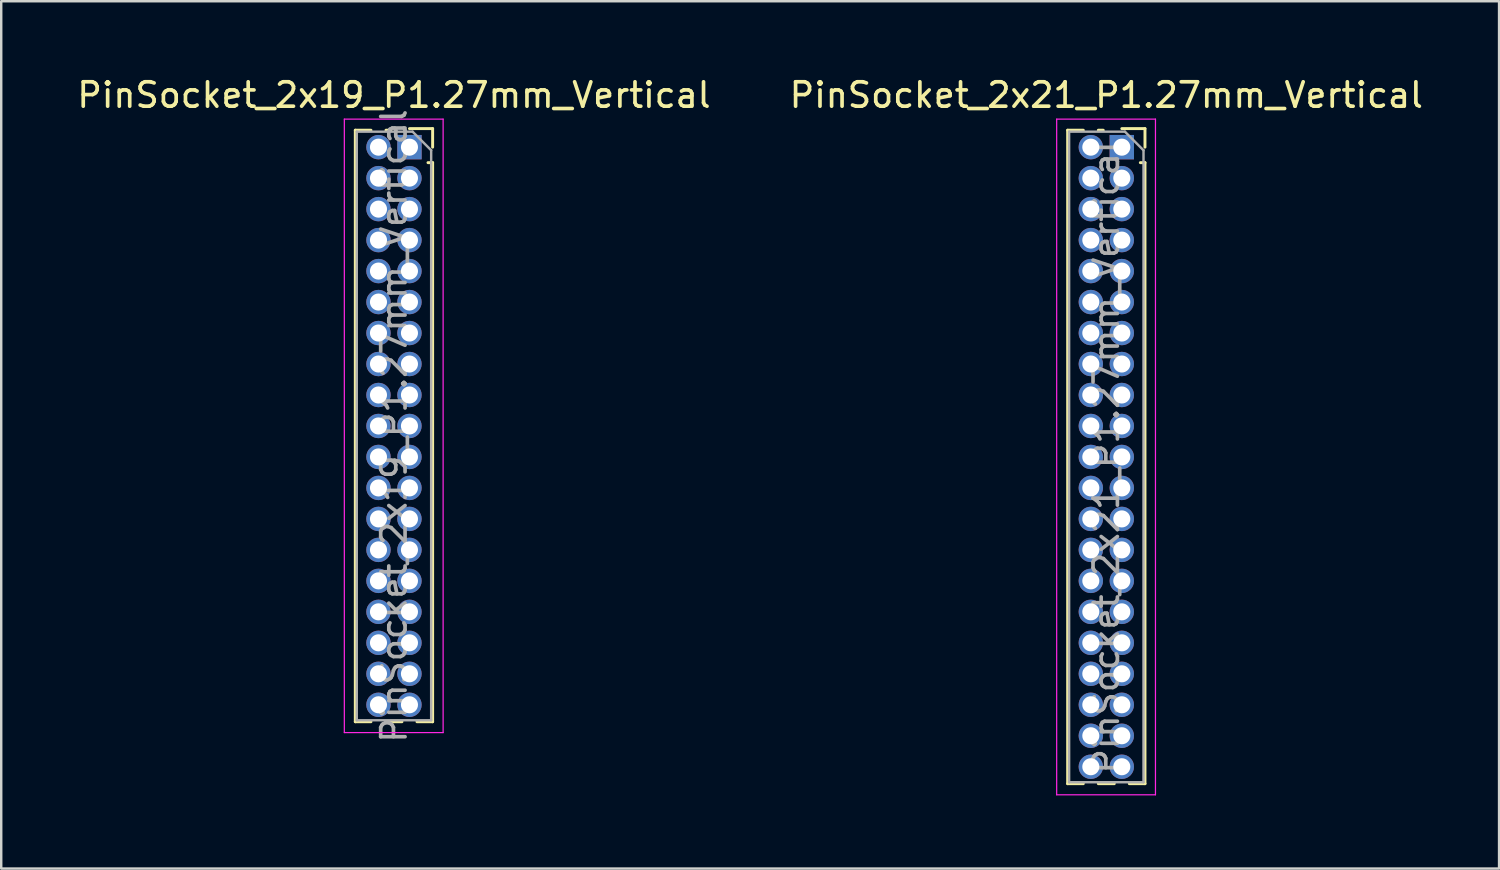
<source format=kicad_pcb>
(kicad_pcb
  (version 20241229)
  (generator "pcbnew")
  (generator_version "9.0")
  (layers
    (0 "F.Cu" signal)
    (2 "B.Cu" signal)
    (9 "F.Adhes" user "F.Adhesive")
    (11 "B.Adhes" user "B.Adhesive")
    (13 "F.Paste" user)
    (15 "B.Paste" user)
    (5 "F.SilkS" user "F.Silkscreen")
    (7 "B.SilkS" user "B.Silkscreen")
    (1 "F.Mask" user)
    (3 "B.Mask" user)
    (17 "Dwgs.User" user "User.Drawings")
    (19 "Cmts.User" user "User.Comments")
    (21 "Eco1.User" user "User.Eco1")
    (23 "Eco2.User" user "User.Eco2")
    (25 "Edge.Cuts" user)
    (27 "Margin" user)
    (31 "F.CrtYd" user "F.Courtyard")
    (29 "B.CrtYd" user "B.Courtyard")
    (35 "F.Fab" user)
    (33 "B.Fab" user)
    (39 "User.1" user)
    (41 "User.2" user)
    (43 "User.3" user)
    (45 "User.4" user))
  (footprint "PinSocket_2x19_P1.27mm_Vertical"
    (layer "F.Cu")
    (at 13.736 2.983)
    (property "Reference" "PinSocket_2x19_P1.27mm_Vertical" (at -0.635 -2.135 0) (layer "F.SilkS") (effects (font (size 1 1) (thickness 0.15))))
    (attr through_hole)
    (fp_line (start -2.22 -0.695) (end -2.22 23.555) (stroke (width 0.12) (type solid)) (layer "F.SilkS"))
    (fp_line (start -2.22 -0.695) (end -1.578 -0.695) (stroke (width 0.12) (type solid)) (layer "F.SilkS"))
    (fp_line (start -2.22 23.555) (end -1.578 23.555) (stroke (width 0.12) (type solid)) (layer "F.SilkS"))
    (fp_line (start -0.962 -0.695) (end -0.76 -0.695) (stroke (width 0.12) (type solid)) (layer "F.SilkS"))
    (fp_line (start -0.962 23.555) (end -0.308 23.555) (stroke (width 0.12) (type solid)) (layer "F.SilkS"))
    (fp_line (start 0 -0.76) (end 0.95 -0.76) (stroke (width 0.12) (type solid)) (layer "F.SilkS"))
    (fp_line (start 0.308 23.555) (end 0.95 23.555) (stroke (width 0.12) (type solid)) (layer "F.SilkS"))
    (fp_line (start 0.76 0.635) (end 0.95 0.635) (stroke (width 0.12) (type solid)) (layer "F.SilkS"))
    (fp_line (start 0.95 -0.76) (end 0.95 0) (stroke (width 0.12) (type solid)) (layer "F.SilkS"))
    (fp_line (start 0.95 0.635) (end 0.95 23.555) (stroke (width 0.12) (type solid)) (layer "F.SilkS"))
    (fp_line (start -2.67 -1.15) (end 1.38 -1.15) (stroke (width 0.05) (type solid)) (layer "F.CrtYd"))
    (fp_line (start -2.67 24) (end -2.67 -1.15) (stroke (width 0.05) (type solid)) (layer "F.CrtYd"))
    (fp_line (start 1.38 -1.15) (end 1.38 24) (stroke (width 0.05) (type solid)) (layer "F.CrtYd"))
    (fp_line (start 1.38 24) (end -2.67 24) (stroke (width 0.05) (type solid)) (layer "F.CrtYd"))
    (fp_line (start -2.16 -0.635) (end 0.128 -0.635) (stroke (width 0.1) (type solid)) (layer "F.Fab"))
    (fp_line (start -2.16 23.495) (end -2.16 -0.635) (stroke (width 0.1) (type solid)) (layer "F.Fab"))
    (fp_line (start 0.128 -0.635) (end 0.89 0.128) (stroke (width 0.1) (type solid)) (layer "F.Fab"))
    (fp_line (start 0.89 0.128) (end 0.89 23.495) (stroke (width 0.1) (type solid)) (layer "F.Fab"))
    (fp_line (start 0.89 23.495) (end -2.16 23.495) (stroke (width 0.1) (type solid)) (layer "F.Fab"))
    (fp_text user "${REFERENCE}" (at -0.635 11.43 90) (layer "F.Fab") (effects (font (size 1 1) (thickness 0.15))))
    (pad "1" thru_hole rect (at 0 0) (size 1 1) (drill 0.7) (layers "*.Cu" "*.Mask"))
    (pad "2" thru_hole oval (at -1.27 0) (size 1 1) (drill 0.7) (layers "*.Cu" "*.Mask"))
    (pad "3" thru_hole oval (at 0 1.27) (size 1 1) (drill 0.7) (layers "*.Cu" "*.Mask"))
    (pad "4" thru_hole oval (at -1.27 1.27) (size 1 1) (drill 0.7) (layers "*.Cu" "*.Mask"))
    (pad "5" thru_hole oval (at 0 2.54) (size 1 1) (drill 0.7) (layers "*.Cu" "*.Mask"))
    (pad "6" thru_hole oval (at -1.27 2.54) (size 1 1) (drill 0.7) (layers "*.Cu" "*.Mask"))
    (pad "7" thru_hole oval (at 0 3.81) (size 1 1) (drill 0.7) (layers "*.Cu" "*.Mask"))
    (pad "8" thru_hole oval (at -1.27 3.81) (size 1 1) (drill 0.7) (layers "*.Cu" "*.Mask"))
    (pad "9" thru_hole oval (at 0 5.08) (size 1 1) (drill 0.7) (layers "*.Cu" "*.Mask"))
    (pad "10" thru_hole oval (at -1.27 5.08) (size 1 1) (drill 0.7) (layers "*.Cu" "*.Mask"))
    (pad "11" thru_hole oval (at 0 6.35) (size 1 1) (drill 0.7) (layers "*.Cu" "*.Mask"))
    (pad "12" thru_hole oval (at -1.27 6.35) (size 1 1) (drill 0.7) (layers "*.Cu" "*.Mask"))
    (pad "13" thru_hole oval (at 0 7.62) (size 1 1) (drill 0.7) (layers "*.Cu" "*.Mask"))
    (pad "14" thru_hole oval (at -1.27 7.62) (size 1 1) (drill 0.7) (layers "*.Cu" "*.Mask"))
    (pad "15" thru_hole oval (at 0 8.89) (size 1 1) (drill 0.7) (layers "*.Cu" "*.Mask"))
    (pad "16" thru_hole oval (at -1.27 8.89) (size 1 1) (drill 0.7) (layers "*.Cu" "*.Mask"))
    (pad "17" thru_hole oval (at 0 10.16) (size 1 1) (drill 0.7) (layers "*.Cu" "*.Mask"))
    (pad "18" thru_hole oval (at -1.27 10.16) (size 1 1) (drill 0.7) (layers "*.Cu" "*.Mask"))
    (pad "19" thru_hole oval (at 0 11.43) (size 1 1) (drill 0.7) (layers "*.Cu" "*.Mask"))
    (pad "20" thru_hole oval (at -1.27 11.43) (size 1 1) (drill 0.7) (layers "*.Cu" "*.Mask"))
    (pad "21" thru_hole oval (at 0 12.7) (size 1 1) (drill 0.7) (layers "*.Cu" "*.Mask"))
    (pad "22" thru_hole oval (at -1.27 12.7) (size 1 1) (drill 0.7) (layers "*.Cu" "*.Mask"))
    (pad "23" thru_hole oval (at 0 13.97) (size 1 1) (drill 0.7) (layers "*.Cu" "*.Mask"))
    (pad "24" thru_hole oval (at -1.27 13.97) (size 1 1) (drill 0.7) (layers "*.Cu" "*.Mask"))
    (pad "25" thru_hole oval (at 0 15.24) (size 1 1) (drill 0.7) (layers "*.Cu" "*.Mask"))
    (pad "26" thru_hole oval (at -1.27 15.24) (size 1 1) (drill 0.7) (layers "*.Cu" "*.Mask"))
    (pad "27" thru_hole oval (at 0 16.51) (size 1 1) (drill 0.7) (layers "*.Cu" "*.Mask"))
    (pad "28" thru_hole oval (at -1.27 16.51) (size 1 1) (drill 0.7) (layers "*.Cu" "*.Mask"))
    (pad "29" thru_hole oval (at 0 17.78) (size 1 1) (drill 0.7) (layers "*.Cu" "*.Mask"))
    (pad "30" thru_hole oval (at -1.27 17.78) (size 1 1) (drill 0.7) (layers "*.Cu" "*.Mask"))
    (pad "31" thru_hole oval (at 0 19.05) (size 1 1) (drill 0.7) (layers "*.Cu" "*.Mask"))
    (pad "32" thru_hole oval (at -1.27 19.05) (size 1 1) (drill 0.7) (layers "*.Cu" "*.Mask"))
    (pad "33" thru_hole oval (at 0 20.32) (size 1 1) (drill 0.7) (layers "*.Cu" "*.Mask"))
    (pad "34" thru_hole oval (at -1.27 20.32) (size 1 1) (drill 0.7) (layers "*.Cu" "*.Mask"))
    (pad "35" thru_hole oval (at 0 21.59) (size 1 1) (drill 0.7) (layers "*.Cu" "*.Mask"))
    (pad "36" thru_hole oval (at -1.27 21.59) (size 1 1) (drill 0.7) (layers "*.Cu" "*.Mask"))
    (pad "37" thru_hole oval (at 0 22.86) (size 1 1) (drill 0.7) (layers "*.Cu" "*.Mask"))
    (pad "38" thru_hole oval (at -1.27 22.86) (size 1 1) (drill 0.7) (layers "*.Cu" "*.Mask")))
  (footprint "PinSocket_2x21_P1.27mm_Vertical"
    (layer "F.Cu")
    (at 42.939 2.983)
    (property "Reference" "PinSocket_2x21_P1.27mm_Vertical" (at -0.635 -2.135 0) (layer "F.SilkS") (effects (font (size 1 1) (thickness 0.15))))
    (attr through_hole)
    (fp_line (start -2.22 -0.695) (end -2.22 26.095) (stroke (width 0.12) (type solid)) (layer "F.SilkS"))
    (fp_line (start -2.22 -0.695) (end -1.578 -0.695) (stroke (width 0.12) (type solid)) (layer "F.SilkS"))
    (fp_line (start -2.22 26.095) (end -1.578 26.095) (stroke (width 0.12) (type solid)) (layer "F.SilkS"))
    (fp_line (start -0.962 -0.695) (end -0.76 -0.695) (stroke (width 0.12) (type solid)) (layer "F.SilkS"))
    (fp_line (start -0.962 26.095) (end -0.308 26.095) (stroke (width 0.12) (type solid)) (layer "F.SilkS"))
    (fp_line (start 0 -0.76) (end 0.95 -0.76) (stroke (width 0.12) (type solid)) (layer "F.SilkS"))
    (fp_line (start 0.308 26.095) (end 0.95 26.095) (stroke (width 0.12) (type solid)) (layer "F.SilkS"))
    (fp_line (start 0.76 0.635) (end 0.95 0.635) (stroke (width 0.12) (type solid)) (layer "F.SilkS"))
    (fp_line (start 0.95 -0.76) (end 0.95 0) (stroke (width 0.12) (type solid)) (layer "F.SilkS"))
    (fp_line (start 0.95 0.635) (end 0.95 26.095) (stroke (width 0.12) (type solid)) (layer "F.SilkS"))
    (fp_line (start -2.67 -1.15) (end 1.38 -1.15) (stroke (width 0.05) (type solid)) (layer "F.CrtYd"))
    (fp_line (start -2.67 26.55) (end -2.67 -1.15) (stroke (width 0.05) (type solid)) (layer "F.CrtYd"))
    (fp_line (start 1.38 -1.15) (end 1.38 26.55) (stroke (width 0.05) (type solid)) (layer "F.CrtYd"))
    (fp_line (start 1.38 26.55) (end -2.67 26.55) (stroke (width 0.05) (type solid)) (layer "F.CrtYd"))
    (fp_line (start -2.16 -0.635) (end 0.128 -0.635) (stroke (width 0.1) (type solid)) (layer "F.Fab"))
    (fp_line (start -2.16 26.035) (end -2.16 -0.635) (stroke (width 0.1) (type solid)) (layer "F.Fab"))
    (fp_line (start 0.128 -0.635) (end 0.89 0.128) (stroke (width 0.1) (type solid)) (layer "F.Fab"))
    (fp_line (start 0.89 0.128) (end 0.89 26.035) (stroke (width 0.1) (type solid)) (layer "F.Fab"))
    (fp_line (start 0.89 26.035) (end -2.16 26.035) (stroke (width 0.1) (type solid)) (layer "F.Fab"))
    (fp_text user "${REFERENCE}" (at -0.635 12.7 90) (layer "F.Fab") (effects (font (size 1 1) (thickness 0.15))))
    (pad "1" thru_hole rect (at 0 0) (size 1 1) (drill 0.7) (layers "*.Cu" "*.Mask"))
    (pad "2" thru_hole oval (at -1.27 0) (size 1 1) (drill 0.7) (layers "*.Cu" "*.Mask"))
    (pad "3" thru_hole oval (at 0 1.27) (size 1 1) (drill 0.7) (layers "*.Cu" "*.Mask"))
    (pad "4" thru_hole oval (at -1.27 1.27) (size 1 1) (drill 0.7) (layers "*.Cu" "*.Mask"))
    (pad "5" thru_hole oval (at 0 2.54) (size 1 1) (drill 0.7) (layers "*.Cu" "*.Mask"))
    (pad "6" thru_hole oval (at -1.27 2.54) (size 1 1) (drill 0.7) (layers "*.Cu" "*.Mask"))
    (pad "7" thru_hole oval (at 0 3.81) (size 1 1) (drill 0.7) (layers "*.Cu" "*.Mask"))
    (pad "8" thru_hole oval (at -1.27 3.81) (size 1 1) (drill 0.7) (layers "*.Cu" "*.Mask"))
    (pad "9" thru_hole oval (at 0 5.08) (size 1 1) (drill 0.7) (layers "*.Cu" "*.Mask"))
    (pad "10" thru_hole oval (at -1.27 5.08) (size 1 1) (drill 0.7) (layers "*.Cu" "*.Mask"))
    (pad "11" thru_hole oval (at 0 6.35) (size 1 1) (drill 0.7) (layers "*.Cu" "*.Mask"))
    (pad "12" thru_hole oval (at -1.27 6.35) (size 1 1) (drill 0.7) (layers "*.Cu" "*.Mask"))
    (pad "13" thru_hole oval (at 0 7.62) (size 1 1) (drill 0.7) (layers "*.Cu" "*.Mask"))
    (pad "14" thru_hole oval (at -1.27 7.62) (size 1 1) (drill 0.7) (layers "*.Cu" "*.Mask"))
    (pad "15" thru_hole oval (at 0 8.89) (size 1 1) (drill 0.7) (layers "*.Cu" "*.Mask"))
    (pad "16" thru_hole oval (at -1.27 8.89) (size 1 1) (drill 0.7) (layers "*.Cu" "*.Mask"))
    (pad "17" thru_hole oval (at 0 10.16) (size 1 1) (drill 0.7) (layers "*.Cu" "*.Mask"))
    (pad "18" thru_hole oval (at -1.27 10.16) (size 1 1) (drill 0.7) (layers "*.Cu" "*.Mask"))
    (pad "19" thru_hole oval (at 0 11.43) (size 1 1) (drill 0.7) (layers "*.Cu" "*.Mask"))
    (pad "20" thru_hole oval (at -1.27 11.43) (size 1 1) (drill 0.7) (layers "*.Cu" "*.Mask"))
    (pad "21" thru_hole oval (at 0 12.7) (size 1 1) (drill 0.7) (layers "*.Cu" "*.Mask"))
    (pad "22" thru_hole oval (at -1.27 12.7) (size 1 1) (drill 0.7) (layers "*.Cu" "*.Mask"))
    (pad "23" thru_hole oval (at 0 13.97) (size 1 1) (drill 0.7) (layers "*.Cu" "*.Mask"))
    (pad "24" thru_hole oval (at -1.27 13.97) (size 1 1) (drill 0.7) (layers "*.Cu" "*.Mask"))
    (pad "25" thru_hole oval (at 0 15.24) (size 1 1) (drill 0.7) (layers "*.Cu" "*.Mask"))
    (pad "26" thru_hole oval (at -1.27 15.24) (size 1 1) (drill 0.7) (layers "*.Cu" "*.Mask"))
    (pad "27" thru_hole oval (at 0 16.51) (size 1 1) (drill 0.7) (layers "*.Cu" "*.Mask"))
    (pad "28" thru_hole oval (at -1.27 16.51) (size 1 1) (drill 0.7) (layers "*.Cu" "*.Mask"))
    (pad "29" thru_hole oval (at 0 17.78) (size 1 1) (drill 0.7) (layers "*.Cu" "*.Mask"))
    (pad "30" thru_hole oval (at -1.27 17.78) (size 1 1) (drill 0.7) (layers "*.Cu" "*.Mask"))
    (pad "31" thru_hole oval (at 0 19.05) (size 1 1) (drill 0.7) (layers "*.Cu" "*.Mask"))
    (pad "32" thru_hole oval (at -1.27 19.05) (size 1 1) (drill 0.7) (layers "*.Cu" "*.Mask"))
    (pad "33" thru_hole oval (at 0 20.32) (size 1 1) (drill 0.7) (layers "*.Cu" "*.Mask"))
    (pad "34" thru_hole oval (at -1.27 20.32) (size 1 1) (drill 0.7) (layers "*.Cu" "*.Mask"))
    (pad "35" thru_hole oval (at 0 21.59) (size 1 1) (drill 0.7) (layers "*.Cu" "*.Mask"))
    (pad "36" thru_hole oval (at -1.27 21.59) (size 1 1) (drill 0.7) (layers "*.Cu" "*.Mask"))
    (pad "37" thru_hole oval (at 0 22.86) (size 1 1) (drill 0.7) (layers "*.Cu" "*.Mask"))
    (pad "38" thru_hole oval (at -1.27 22.86) (size 1 1) (drill 0.7) (layers "*.Cu" "*.Mask"))
    (pad "39" thru_hole oval (at 0 24.13) (size 1 1) (drill 0.7) (layers "*.Cu" "*.Mask"))
    (pad "40" thru_hole oval (at -1.27 24.13) (size 1 1) (drill 0.7) (layers "*.Cu" "*.Mask"))
    (pad "41" thru_hole oval (at 0 25.4) (size 1 1) (drill 0.7) (layers "*.Cu" "*.Mask"))
    (pad "42" thru_hole oval (at -1.27 25.4) (size 1 1) (drill 0.7) (layers "*.Cu" "*.Mask")))
  (gr_rect
    (start -3 -3)
    (end 58.405 32.558)
    (stroke (width 0.1) (type default))
    (fill no)
    (layer "Edge.Cuts")))
</source>
